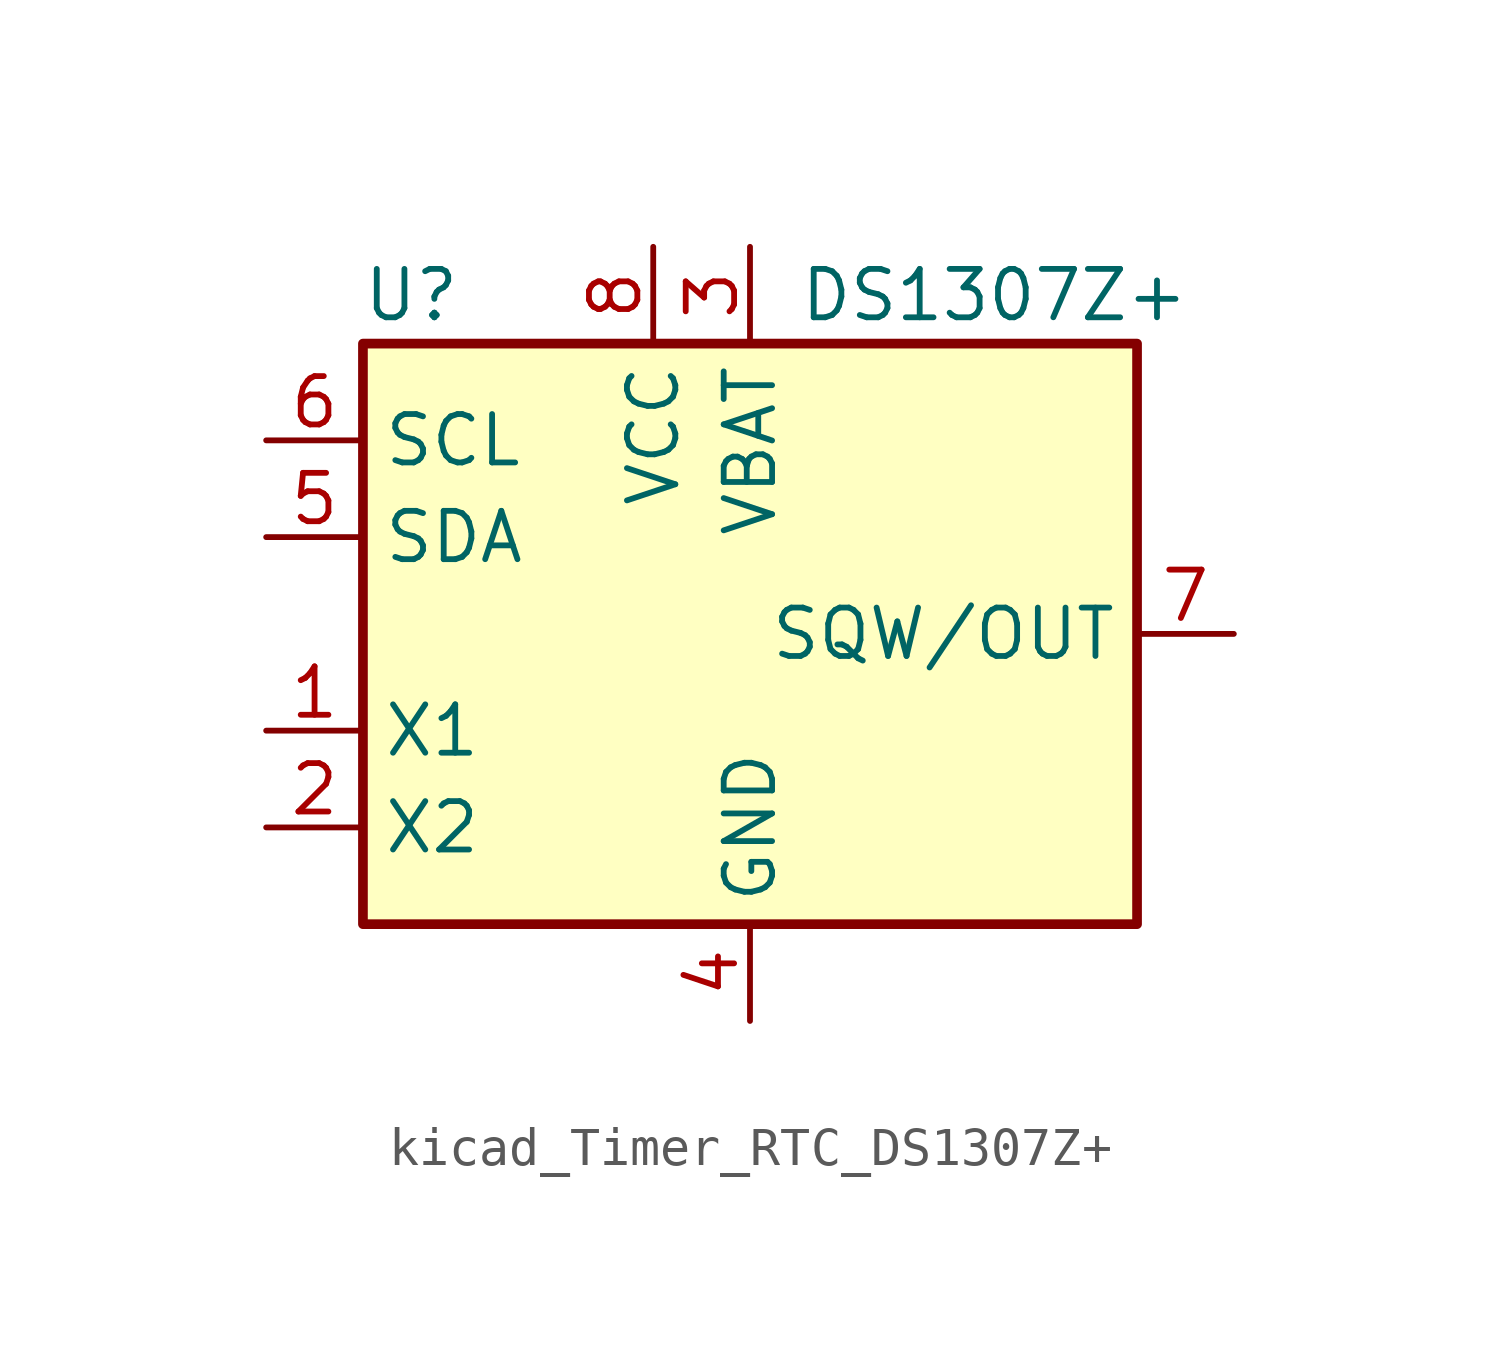
<source format=kicad_sym>
(kicad_symbol_lib
  (version 20220914)
  (generator kicad_symbol_editor)
  (symbol "kicad_Timer_RTC_DS1307Z+"
    (property "Reference" "U"
      (at -8.89 8.89 0)
      (effects (font (size 1.27 1.27))))
    (property "Value" "DS1307Z+"
      (at 1.27 8.89 0)
      (effects (font (size 1.27 1.27)) (justify left)))
    (symbol "kicad_Timer_RTC_DS1307Z+_0_1"
      (rectangle (start -10.16 7.62) (end 10.16 -7.62) (stroke (width 0.254) (type default)) (fill (type background))))
    (symbol "kicad_Timer_RTC_DS1307Z+_1_1"
      (pin input line (at -12.7 -2.54 0) (length 2.54) (name "X1" (effects (font (size 1.27 1.27)))) (number "1" (effects (font (size 1.27 1.27)))))
      (pin input line (at -12.7 -5.08 0) (length 2.54) (name "X2" (effects (font (size 1.27 1.27)))) (number "2" (effects (font (size 1.27 1.27)))))
      (pin power_in line (at 0 10.16 270) (length 2.54) (name "VBAT" (effects (font (size 1.27 1.27)))) (number "3" (effects (font (size 1.27 1.27)))))
      (pin power_in line (at 0 -10.16 90) (length 2.54) (name "GND" (effects (font (size 1.27 1.27)))) (number "4" (effects (font (size 1.27 1.27)))))
      (pin bidirectional line (at -12.7 2.54 0) (length 2.54) (name "SDA" (effects (font (size 1.27 1.27)))) (number "5" (effects (font (size 1.27 1.27)))))
      (pin input line (at -12.7 5.08 0) (length 2.54) (name "SCL" (effects (font (size 1.27 1.27)))) (number "6" (effects (font (size 1.27 1.27)))))
      (pin open_collector line (at 12.7 0 180) (length 2.54) (name "SQW/OUT" (effects (font (size 1.27 1.27)))) (number "7" (effects (font (size 1.27 1.27)))))
      (pin power_in line (at -2.54 10.16 270) (length 2.54) (name "VCC" (effects (font (size 1.27 1.27)))) (number "8" (effects (font (size 1.27 1.27))))))))
</source>
